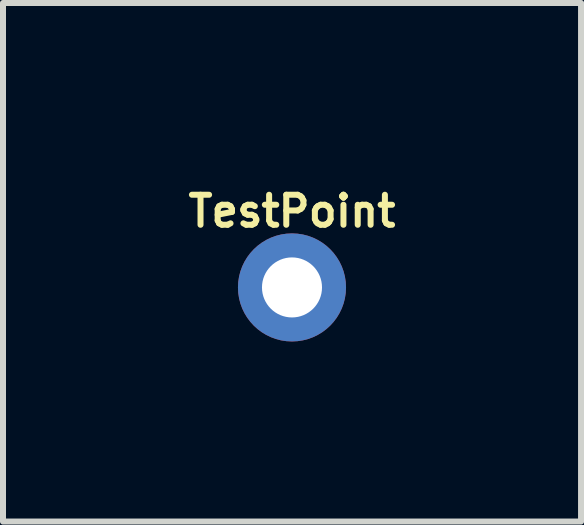
<source format=kicad_pcb>
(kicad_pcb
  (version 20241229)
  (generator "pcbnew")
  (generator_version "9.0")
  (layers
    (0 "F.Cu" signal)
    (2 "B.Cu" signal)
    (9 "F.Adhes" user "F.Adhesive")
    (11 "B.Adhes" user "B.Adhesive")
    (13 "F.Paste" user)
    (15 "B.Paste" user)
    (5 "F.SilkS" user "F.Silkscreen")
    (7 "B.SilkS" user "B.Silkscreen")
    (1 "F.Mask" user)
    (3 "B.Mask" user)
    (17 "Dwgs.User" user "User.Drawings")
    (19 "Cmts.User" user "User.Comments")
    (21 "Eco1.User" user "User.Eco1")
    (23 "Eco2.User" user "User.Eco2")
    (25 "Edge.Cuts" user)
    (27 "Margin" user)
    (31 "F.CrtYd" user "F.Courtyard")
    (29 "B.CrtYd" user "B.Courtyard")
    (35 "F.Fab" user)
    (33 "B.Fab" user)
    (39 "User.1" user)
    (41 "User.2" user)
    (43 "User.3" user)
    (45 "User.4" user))
  (footprint "TestPoint"
    (layer "F.Cu")
    (at 1.814 1.738)
    (property "Reference" "TestPoint" (at 0 -1.27 0) (layer "F.SilkS") (effects (font (size 0.5 0.5) (thickness 0.1))))
    (attr through_hole)
    (pad "1" thru_hole circle (at 0 0) (size 1.8 1.8) (drill 1) (layers "*.Cu" "*.Mask")))
  (gr_rect
    (start -3 -3)
    (end 6.629 5.638)
    (stroke (width 0.1) (type default))
    (fill no)
    (layer "Edge.Cuts")))
</source>
